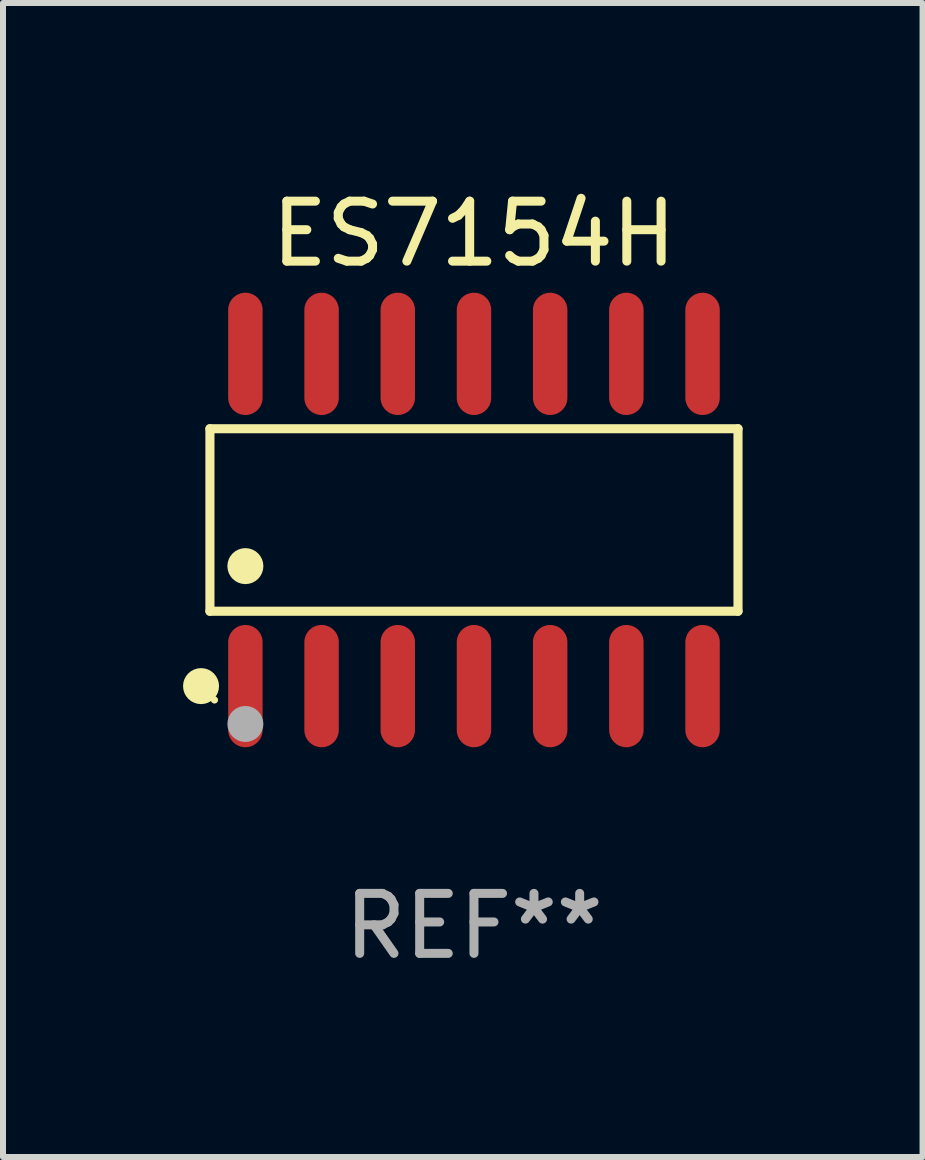
<source format=kicad_pcb>
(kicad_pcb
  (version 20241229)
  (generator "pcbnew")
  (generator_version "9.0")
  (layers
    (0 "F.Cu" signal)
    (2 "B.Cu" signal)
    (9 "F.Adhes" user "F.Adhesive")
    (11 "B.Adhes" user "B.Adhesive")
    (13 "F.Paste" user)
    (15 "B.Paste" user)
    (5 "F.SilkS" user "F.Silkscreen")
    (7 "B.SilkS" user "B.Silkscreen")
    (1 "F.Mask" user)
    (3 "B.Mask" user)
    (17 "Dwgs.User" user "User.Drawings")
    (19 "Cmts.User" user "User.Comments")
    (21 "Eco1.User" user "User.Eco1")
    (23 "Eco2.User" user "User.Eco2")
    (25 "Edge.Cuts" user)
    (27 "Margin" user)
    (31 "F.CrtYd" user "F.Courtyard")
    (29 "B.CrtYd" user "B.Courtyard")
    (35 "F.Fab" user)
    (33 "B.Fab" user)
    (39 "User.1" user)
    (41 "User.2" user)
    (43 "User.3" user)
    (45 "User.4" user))
  (footprint "ES7154H"
    (layer "F.Cu")
    (at 4.85 5.617)
    (property "Reference" "ES7154H" (at 0 -4.769 0) (layer "F.SilkS") (effects (font (size 1 1) (thickness 0.15))))
    (attr through_hole)
    (fp_line (start -4.401 -1.521) (end 4.401 -1.521) (stroke (width 0.152) (type solid)) (layer "F.SilkS"))
    (fp_line (start -4.401 1.521) (end -4.401 -1.521) (stroke (width 0.152) (type solid)) (layer "F.SilkS"))
    (fp_line (start 4.401 -1.521) (end 4.401 1.521) (stroke (width 0.152) (type solid)) (layer "F.SilkS"))
    (fp_line (start 4.401 1.521) (end -4.401 1.521) (stroke (width 0.152) (type solid)) (layer "F.SilkS"))
    (fp_circle (center -4.549 2.769) (end -4.399 2.769) (stroke (width 0.3) (type solid)) (fill no) (layer "F.SilkS"))
    (fp_circle (center -4.325 3) (end -4.295 3) (stroke (width 0.06) (type solid)) (fill no) (layer "F.SilkS"))
    (fp_circle (center -3.81 0.769) (end -3.66 0.769) (stroke (width 0.3) (type solid)) (fill no) (layer "F.SilkS"))
    (fp_circle (center -3.81 3.4) (end -3.66 3.4) (stroke (width 0.3) (type solid)) (fill no) (layer "F.Fab"))
    (fp_text user "REF**" (at 0 6.769 0) (layer "F.Fab") (effects (font (size 1 1) (thickness 0.15))))
    (pad "1" smd oval (at -3.81 2.769) (size 0.574 2.038) (layers "F.Cu" "F.Mask" "F.Paste"))
    (pad "2" smd oval (at -2.54 2.769) (size 0.574 2.038) (layers "F.Cu" "F.Mask" "F.Paste"))
    (pad "3" smd oval (at -1.27 2.769) (size 0.574 2.038) (layers "F.Cu" "F.Mask" "F.Paste"))
    (pad "4" smd oval (at 0 2.769) (size 0.574 2.038) (layers "F.Cu" "F.Mask" "F.Paste"))
    (pad "5" smd oval (at 1.27 2.769) (size 0.574 2.038) (layers "F.Cu" "F.Mask" "F.Paste"))
    (pad "6" smd oval (at 2.54 2.769) (size 0.574 2.038) (layers "F.Cu" "F.Mask" "F.Paste"))
    (pad "7" smd oval (at 3.81 2.769) (size 0.574 2.038) (layers "F.Cu" "F.Mask" "F.Paste"))
    (pad "8" smd oval (at 3.81 -2.769) (size 0.574 2.038) (layers "F.Cu" "F.Mask" "F.Paste"))
    (pad "9" smd oval (at 2.54 -2.769) (size 0.574 2.038) (layers "F.Cu" "F.Mask" "F.Paste"))
    (pad "10" smd oval (at 1.27 -2.769) (size 0.574 2.038) (layers "F.Cu" "F.Mask" "F.Paste"))
    (pad "11" smd oval (at 0 -2.769) (size 0.574 2.038) (layers "F.Cu" "F.Mask" "F.Paste"))
    (pad "12" smd oval (at -1.27 -2.769) (size 0.574 2.038) (layers "F.Cu" "F.Mask" "F.Paste"))
    (pad "13" smd oval (at -2.54 -2.769) (size 0.574 2.038) (layers "F.Cu" "F.Mask" "F.Paste"))
    (pad "14" smd oval (at -3.81 -2.769) (size 0.574 2.038) (layers "F.Cu" "F.Mask" "F.Paste")))
  (gr_rect
    (start -3 -3)
    (end 12.327 16.235)
    (stroke (width 0.1) (type default))
    (fill no)
    (layer "Edge.Cuts")))
</source>
